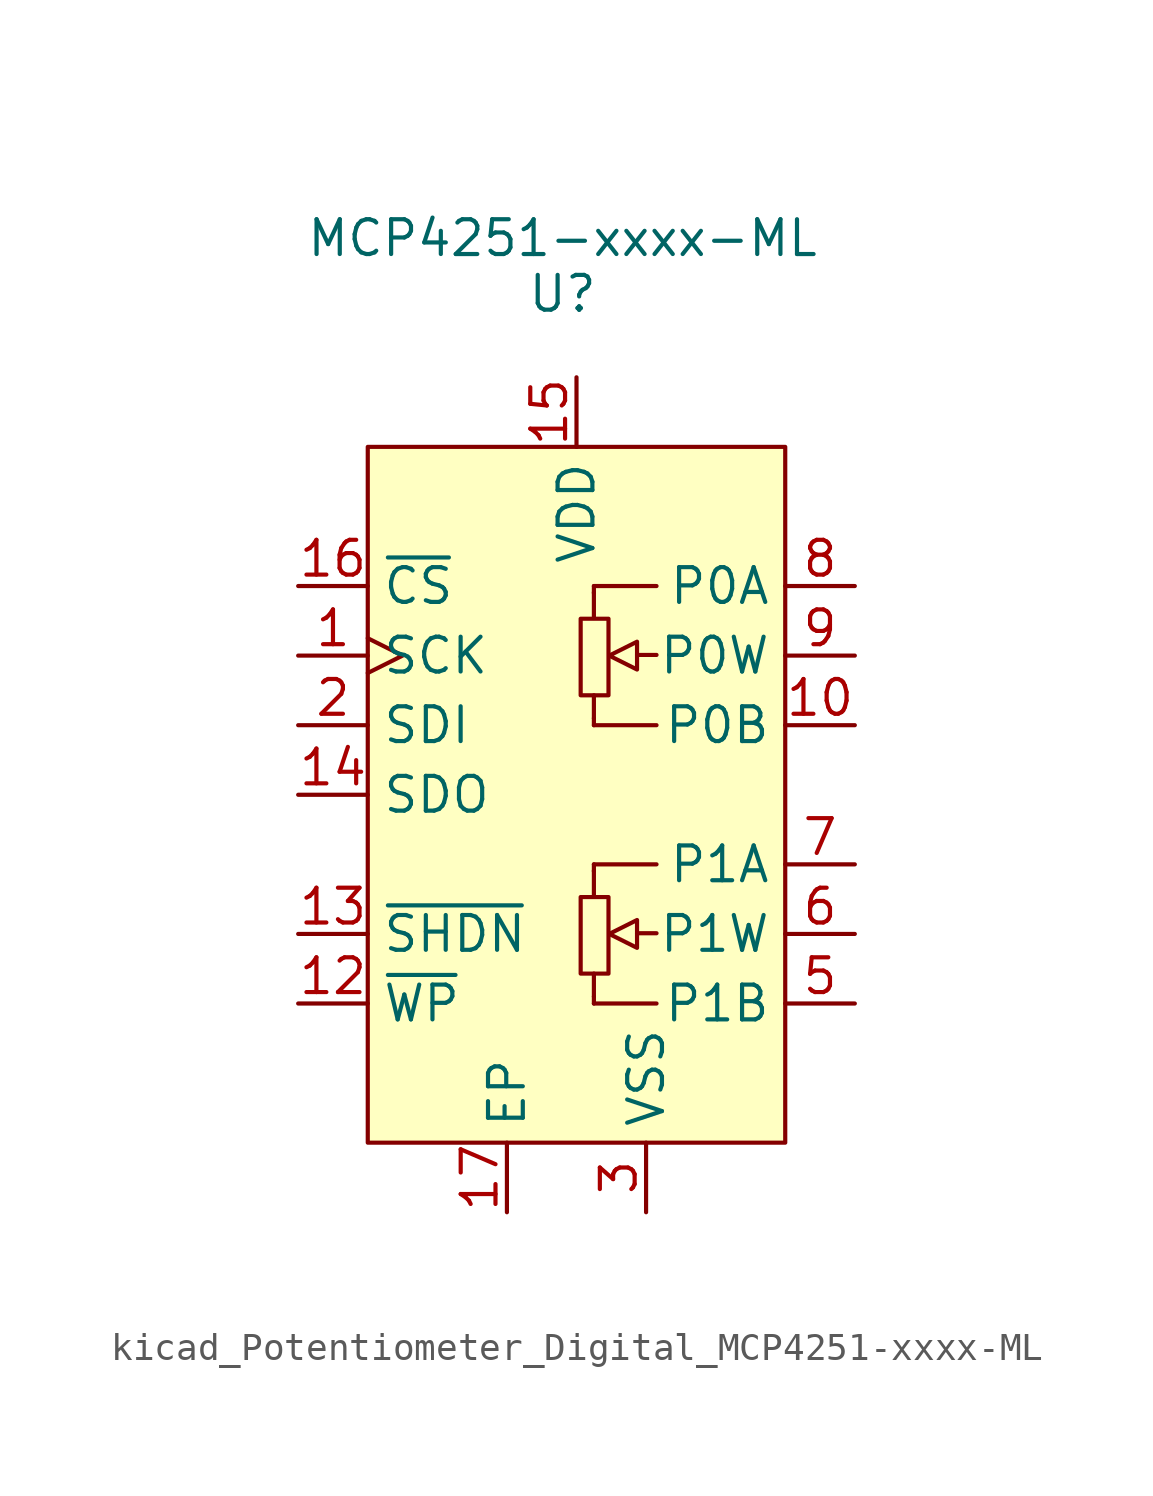
<source format=kicad_sym>
(kicad_symbol_lib
  (version 20220914)
  (generator kicad_symbol_editor)
  (symbol "kicad_Potentiometer_Digital_MCP4251-xxxx-ML"
    (property "Reference" "U"
      (at -0.508 18.288 0)
      (effects (font (size 1.27 1.27))))
    (property "Value" "MCP4251-xxxx-ML"
      (at -0.508 20.32 0)
      (effects (font (size 1.27 1.27))))
    (symbol "kicad_Potentiometer_Digital_MCP4251-xxxx-ML_0_1"
      (polyline (pts (xy 0 12.7) (xy 7.62 12.7) (xy 7.62 0) (xy 7.62 -12.7) (xy -7.62 -12.7) (xy -7.62 12.7) (xy 0 12.7)) (stroke (width 0) (type default)) (fill (type background))))
    (symbol "kicad_Potentiometer_Digital_MCP4251-xxxx-ML_1_1"
      (polyline (pts (xy 0.635 -7.366) (xy 0.635 -6.528)) (stroke (width 0) (type default)) (fill (type none)))
      (polyline (pts (xy 0.635 -2.769) (xy 0.635 -3.708)) (stroke (width 0) (type default)) (fill (type none)))
      (polyline (pts (xy 0.635 2.794) (xy 0.635 3.632)) (stroke (width 0) (type default)) (fill (type none)))
      (polyline (pts (xy 0.635 7.391) (xy 0.635 6.452)) (stroke (width 0) (type default)) (fill (type none)))
      (polyline (pts (xy 2.21 -5.055) (xy 2.921 -5.055)) (stroke (width 0) (type default)) (fill (type none)))
      (polyline (pts (xy 2.21 5.105) (xy 2.921 5.105)) (stroke (width 0) (type default)) (fill (type none)))
      (polyline (pts (xy 0.635 -7.62) (xy 0.635 -7.366) (xy 0.635 -7.366)) (stroke (width 0) (type default)) (fill (type background)))
      (polyline (pts (xy 0.635 -7.62) (xy 2.921 -7.62) (xy 2.921 -7.62)) (stroke (width 0) (type default)) (fill (type background)))
      (polyline (pts (xy 0.635 -2.54) (xy 0.635 -2.794) (xy 0.635 -2.794)) (stroke (width 0) (type default)) (fill (type none)))
      (polyline (pts (xy 0.635 -2.54) (xy 2.921 -2.54) (xy 2.921 -2.54)) (stroke (width 0) (type default)) (fill (type background)))
      (polyline (pts (xy 0.635 2.54) (xy 0.635 2.794) (xy 0.635 2.794)) (stroke (width 0) (type default)) (fill (type background)))
      (polyline (pts (xy 0.635 2.54) (xy 2.921 2.54) (xy 2.921 2.54)) (stroke (width 0) (type default)) (fill (type background)))
      (polyline (pts (xy 0.635 7.62) (xy 0.635 7.366) (xy 0.635 7.366)) (stroke (width 0) (type default)) (fill (type none)))
      (polyline (pts (xy 0.635 7.62) (xy 2.921 7.62) (xy 2.921 7.62)) (stroke (width 0) (type default)) (fill (type background)))
      (polyline (pts (xy 2.21 -4.572) (xy 2.21 -5.588) (xy 1.194 -5.08) (xy 2.21 -4.572) (xy 2.21 -4.572)) (stroke (width 0) (type default)) (fill (type background)))
      (polyline (pts (xy 2.21 5.588) (xy 2.21 4.572) (xy 1.194 5.08) (xy 2.21 5.588) (xy 2.21 5.588)) (stroke (width 0) (type default)) (fill (type background)))
      (rectangle (start 0.152 -3.734) (end 1.168 -6.528) (stroke (width 0) (type default)) (fill (type none)))
      (rectangle (start 0.152 6.426) (end 1.168 3.632) (stroke (width 0) (type default)) (fill (type none)))
      (pin input clock (at -10.16 5.08 0) (length 2.54) (name "SCK" (effects (font (size 1.27 1.27)))) (number "1" (effects (font (size 1.27 1.27)))))
      (pin passive line (at 10.16 2.54 180) (length 2.54) (name "P0B" (effects (font (size 1.27 1.27)))) (number "10" (effects (font (size 1.27 1.27)))))
      (pin no_connect line (at 7.62 0 180) (length 2.54) hide (name "NC" (effects (font (size 1.27 1.27)))) (number "11" (effects (font (size 1.27 1.27)))))
      (pin input line (at -10.16 -7.62 0) (length 2.54) (name "~{WP}" (effects (font (size 1.27 1.27)))) (number "12" (effects (font (size 1.27 1.27)))))
      (pin input line (at -10.16 -5.08 0) (length 2.54) (name "~{SHDN}" (effects (font (size 1.27 1.27)))) (number "13" (effects (font (size 1.27 1.27)))))
      (pin output line (at -10.16 0 0) (length 2.54) (name "SDO" (effects (font (size 1.27 1.27)))) (number "14" (effects (font (size 1.27 1.27)))))
      (pin power_in line (at 0 15.24 270) (length 2.54) (name "VDD" (effects (font (size 1.27 1.27)))) (number "15" (effects (font (size 1.27 1.27)))))
      (pin input line (at -10.16 7.62 0) (length 2.54) (name "~{CS}" (effects (font (size 1.27 1.27)))) (number "16" (effects (font (size 1.27 1.27)))))
      (pin passive line (at -2.54 -15.24 90) (length 2.54) (name "EP" (effects (font (size 1.27 1.27)))) (number "17" (effects (font (size 1.27 1.27)))))
      (pin input line (at -10.16 2.54 0) (length 2.54) (name "SDI" (effects (font (size 1.27 1.27)))) (number "2" (effects (font (size 1.27 1.27)))))
      (pin power_in line (at 2.54 -15.24 90) (length 2.54) (name "VSS" (effects (font (size 1.27 1.27)))) (number "3" (effects (font (size 1.27 1.27)))))
      (pin passive line (at 2.54 -15.24 90) (length 2.54) hide (name "VSS" (effects (font (size 1.27 1.27)))) (number "4" (effects (font (size 1.27 1.27)))))
      (pin passive line (at 10.16 -7.62 180) (length 2.54) (name "P1B" (effects (font (size 1.27 1.27)))) (number "5" (effects (font (size 1.27 1.27)))))
      (pin passive line (at 10.16 -5.08 180) (length 2.54) (name "P1W" (effects (font (size 1.27 1.27)))) (number "6" (effects (font (size 1.27 1.27)))))
      (pin passive line (at 10.16 -2.54 180) (length 2.54) (name "P1A" (effects (font (size 1.27 1.27)))) (number "7" (effects (font (size 1.27 1.27)))))
      (pin passive line (at 10.16 7.62 180) (length 2.54) (name "P0A" (effects (font (size 1.27 1.27)))) (number "8" (effects (font (size 1.27 1.27)))))
      (pin passive line (at 10.16 5.08 180) (length 2.54) (name "P0W" (effects (font (size 1.27 1.27)))) (number "9" (effects (font (size 1.27 1.27))))))))
</source>
